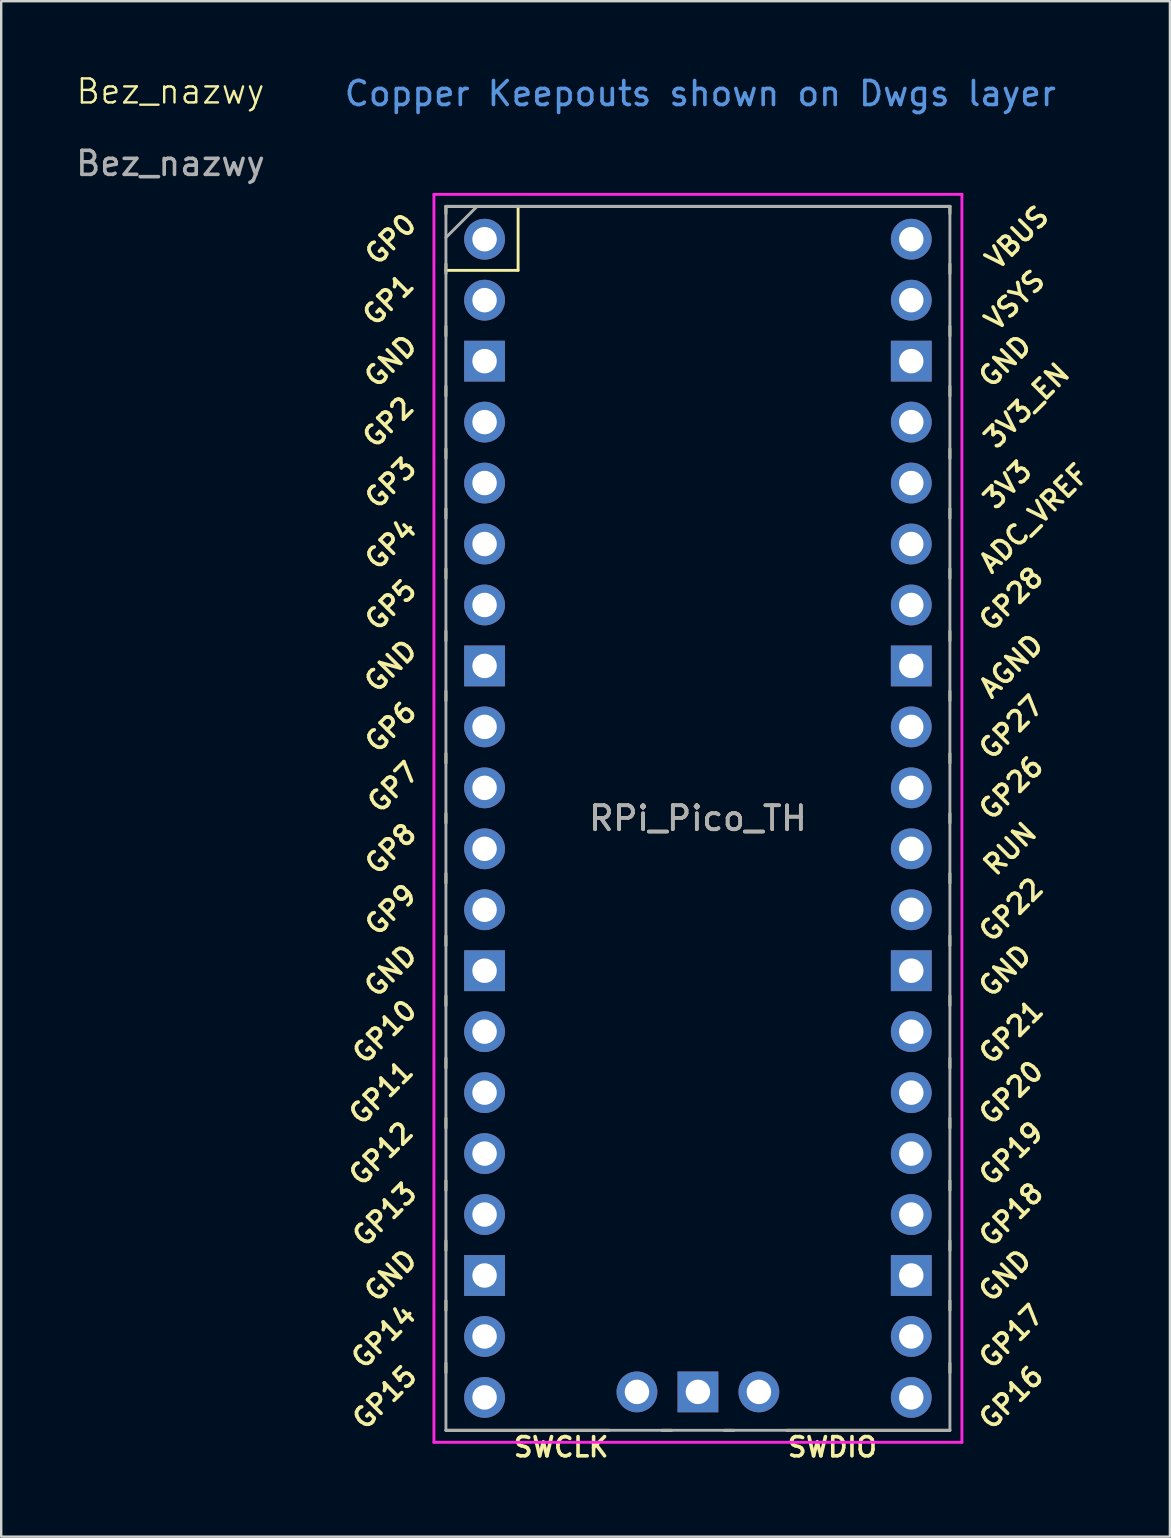
<source format=kicad_pcb>
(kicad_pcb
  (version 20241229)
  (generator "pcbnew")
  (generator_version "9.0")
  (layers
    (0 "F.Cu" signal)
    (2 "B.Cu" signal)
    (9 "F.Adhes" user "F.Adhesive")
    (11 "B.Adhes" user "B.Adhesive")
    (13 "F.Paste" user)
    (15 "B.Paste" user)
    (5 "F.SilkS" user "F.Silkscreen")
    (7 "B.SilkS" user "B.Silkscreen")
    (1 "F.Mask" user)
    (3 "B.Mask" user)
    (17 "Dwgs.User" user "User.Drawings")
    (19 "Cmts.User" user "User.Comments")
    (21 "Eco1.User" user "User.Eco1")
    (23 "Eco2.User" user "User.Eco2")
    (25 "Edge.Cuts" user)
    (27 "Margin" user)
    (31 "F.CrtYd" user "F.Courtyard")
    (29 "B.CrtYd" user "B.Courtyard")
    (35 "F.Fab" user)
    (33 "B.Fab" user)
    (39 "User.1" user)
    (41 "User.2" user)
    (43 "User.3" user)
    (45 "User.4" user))
  (footprint "Bez_nazwy"
    (layer "F.Cu")
    (at 4.054 1.26)
    (property "Reference" "Bez_nazwy" (at 0 -0.5 0) (unlocked yes) (layer "F.SilkS") (effects (font (size 1 1) (thickness 0.1))))
    (attr smd)
    (fp_text user "${REFERENCE}" (at 0 2.5 0) (unlocked yes) (layer "F.Fab") (effects (font (size 1 1) (thickness 0.15)))))
  (footprint "RPi_Pico_TH"
    (layer "F.Cu")
    (at 26.031 31.048)
    (property "Reference" "RPi_Pico_TH" (at 0 0 0) (layer "F.SilkS") (effects (font (size 1 1) (thickness 0.15))))
    (attr through_hole)
    (fp_line (start -10.5 -25.5) (end -10.5 -25.2) (stroke (width 0.12) (type solid)) (layer "F.SilkS"))
    (fp_line (start -10.5 -25.5) (end 10.5 -25.5) (stroke (width 0.12) (type solid)) (layer "F.SilkS"))
    (fp_line (start -10.5 -23.1) (end -10.5 -22.7) (stroke (width 0.12) (type solid)) (layer "F.SilkS"))
    (fp_line (start -10.5 -22.833) (end -7.493 -22.833) (stroke (width 0.12) (type solid)) (layer "F.SilkS"))
    (fp_line (start -10.5 -20.5) (end -10.5 -20.1) (stroke (width 0.12) (type solid)) (layer "F.SilkS"))
    (fp_line (start -10.5 -18) (end -10.5 -17.6) (stroke (width 0.12) (type solid)) (layer "F.SilkS"))
    (fp_line (start -10.5 -15.4) (end -10.5 -15) (stroke (width 0.12) (type solid)) (layer "F.SilkS"))
    (fp_line (start -10.5 -12.9) (end -10.5 -12.5) (stroke (width 0.12) (type solid)) (layer "F.SilkS"))
    (fp_line (start -10.5 -10.4) (end -10.5 -10) (stroke (width 0.12) (type solid)) (layer "F.SilkS"))
    (fp_line (start -10.5 -7.8) (end -10.5 -7.4) (stroke (width 0.12) (type solid)) (layer "F.SilkS"))
    (fp_line (start -10.5 -5.3) (end -10.5 -4.9) (stroke (width 0.12) (type solid)) (layer "F.SilkS"))
    (fp_line (start -10.5 -2.7) (end -10.5 -2.3) (stroke (width 0.12) (type solid)) (layer "F.SilkS"))
    (fp_line (start -10.5 -0.2) (end -10.5 0.2) (stroke (width 0.12) (type solid)) (layer "F.SilkS"))
    (fp_line (start -10.5 2.3) (end -10.5 2.7) (stroke (width 0.12) (type solid)) (layer "F.SilkS"))
    (fp_line (start -10.5 4.9) (end -10.5 5.3) (stroke (width 0.12) (type solid)) (layer "F.SilkS"))
    (fp_line (start -10.5 7.4) (end -10.5 7.8) (stroke (width 0.12) (type solid)) (layer "F.SilkS"))
    (fp_line (start -10.5 10) (end -10.5 10.4) (stroke (width 0.12) (type solid)) (layer "F.SilkS"))
    (fp_line (start -10.5 12.5) (end -10.5 12.9) (stroke (width 0.12) (type solid)) (layer "F.SilkS"))
    (fp_line (start -10.5 15.1) (end -10.5 15.5) (stroke (width 0.12) (type solid)) (layer "F.SilkS"))
    (fp_line (start -10.5 17.6) (end -10.5 18) (stroke (width 0.12) (type solid)) (layer "F.SilkS"))
    (fp_line (start -10.5 20.1) (end -10.5 20.5) (stroke (width 0.12) (type solid)) (layer "F.SilkS"))
    (fp_line (start -10.5 22.7) (end -10.5 23.1) (stroke (width 0.12) (type solid)) (layer "F.SilkS"))
    (fp_line (start -7.493 -22.833) (end -7.493 -25.5) (stroke (width 0.12) (type solid)) (layer "F.SilkS"))
    (fp_line (start -3.7 25.5) (end -10.5 25.5) (stroke (width 0.12) (type solid)) (layer "F.SilkS"))
    (fp_line (start -1.5 25.5) (end -1.1 25.5) (stroke (width 0.12) (type solid)) (layer "F.SilkS"))
    (fp_line (start 1.1 25.5) (end 1.5 25.5) (stroke (width 0.12) (type solid)) (layer "F.SilkS"))
    (fp_line (start 10.5 -25.5) (end 10.5 -25.2) (stroke (width 0.12) (type solid)) (layer "F.SilkS"))
    (fp_line (start 10.5 -23.1) (end 10.5 -22.7) (stroke (width 0.12) (type solid)) (layer "F.SilkS"))
    (fp_line (start 10.5 -20.5) (end 10.5 -20.1) (stroke (width 0.12) (type solid)) (layer "F.SilkS"))
    (fp_line (start 10.5 -18) (end 10.5 -17.6) (stroke (width 0.12) (type solid)) (layer "F.SilkS"))
    (fp_line (start 10.5 -15.4) (end 10.5 -15) (stroke (width 0.12) (type solid)) (layer "F.SilkS"))
    (fp_line (start 10.5 -12.9) (end 10.5 -12.5) (stroke (width 0.12) (type solid)) (layer "F.SilkS"))
    (fp_line (start 10.5 -10.4) (end 10.5 -10) (stroke (width 0.12) (type solid)) (layer "F.SilkS"))
    (fp_line (start 10.5 -7.8) (end 10.5 -7.4) (stroke (width 0.12) (type solid)) (layer "F.SilkS"))
    (fp_line (start 10.5 -5.3) (end 10.5 -4.9) (stroke (width 0.12) (type solid)) (layer "F.SilkS"))
    (fp_line (start 10.5 -2.7) (end 10.5 -2.3) (stroke (width 0.12) (type solid)) (layer "F.SilkS"))
    (fp_line (start 10.5 -0.2) (end 10.5 0.2) (stroke (width 0.12) (type solid)) (layer "F.SilkS"))
    (fp_line (start 10.5 2.3) (end 10.5 2.7) (stroke (width 0.12) (type solid)) (layer "F.SilkS"))
    (fp_line (start 10.5 4.9) (end 10.5 5.3) (stroke (width 0.12) (type solid)) (layer "F.SilkS"))
    (fp_line (start 10.5 7.4) (end 10.5 7.8) (stroke (width 0.12) (type solid)) (layer "F.SilkS"))
    (fp_line (start 10.5 10) (end 10.5 10.4) (stroke (width 0.12) (type solid)) (layer "F.SilkS"))
    (fp_line (start 10.5 12.5) (end 10.5 12.9) (stroke (width 0.12) (type solid)) (layer "F.SilkS"))
    (fp_line (start 10.5 15.1) (end 10.5 15.5) (stroke (width 0.12) (type solid)) (layer "F.SilkS"))
    (fp_line (start 10.5 17.6) (end 10.5 18) (stroke (width 0.12) (type solid)) (layer "F.SilkS"))
    (fp_line (start 10.5 20.1) (end 10.5 20.5) (stroke (width 0.12) (type solid)) (layer "F.SilkS"))
    (fp_line (start 10.5 22.7) (end 10.5 23.1) (stroke (width 0.12) (type solid)) (layer "F.SilkS"))
    (fp_line (start 10.5 25.5) (end 3.7 25.5) (stroke (width 0.12) (type solid)) (layer "F.SilkS"))
    (fp_line (start -11 -26) (end 11 -26) (stroke (width 0.12) (type solid)) (layer "F.CrtYd"))
    (fp_line (start -11 26) (end -11 -26) (stroke (width 0.12) (type solid)) (layer "F.CrtYd"))
    (fp_line (start 11 -26) (end 11 26) (stroke (width 0.12) (type solid)) (layer "F.CrtYd"))
    (fp_line (start 11 26) (end -11 26) (stroke (width 0.12) (type solid)) (layer "F.CrtYd"))
    (fp_line (start -10.5 -25.5) (end 10.5 -25.5) (stroke (width 0.12) (type solid)) (layer "F.Fab"))
    (fp_line (start -10.5 -24.2) (end -9.2 -25.5) (stroke (width 0.12) (type solid)) (layer "F.Fab"))
    (fp_line (start -10.5 25.5) (end -10.5 -25.5) (stroke (width 0.12) (type solid)) (layer "F.Fab"))
    (fp_line (start 10.5 -25.5) (end 10.5 25.5) (stroke (width 0.12) (type solid)) (layer "F.Fab"))
    (fp_line (start 10.5 25.5) (end -10.5 25.5) (stroke (width 0.12) (type solid)) (layer "F.Fab"))
    (fp_text user "GP1" (at -12.9 -21.6 45) (layer "F.SilkS") (effects (font (size 0.8 0.8) (thickness 0.15))))
    (fp_text user "3V3_EN" (at 13.7 -17.2 45) (layer "F.SilkS") (effects (font (size 0.8 0.8) (thickness 0.15))))
    (fp_text user "GP4" (at -12.8 -11.43 45) (layer "F.SilkS") (effects (font (size 0.8 0.8) (thickness 0.15))))
    (fp_text user "SWCLK" (at -5.7 26.2 0) (layer "F.SilkS") (effects (font (size 0.8 0.8) (thickness 0.15))))
    (fp_text user "GP2" (at -12.9 -16.51 45) (layer "F.SilkS") (effects (font (size 0.8 0.8) (thickness 0.15))))
    (fp_text user "GND" (at -12.8 6.35 45) (layer "F.SilkS") (effects (font (size 0.8 0.8) (thickness 0.15))))
    (fp_text user "GP6" (at -12.8 -3.81 45) (layer "F.SilkS") (effects (font (size 0.8 0.8) (thickness 0.15))))
    (fp_text user "3V3" (at 12.9 -13.9 45) (layer "F.SilkS") (effects (font (size 0.8 0.8) (thickness 0.15))))
    (fp_text user "GND" (at 12.8 19.05 45) (layer "F.SilkS") (effects (font (size 0.8 0.8) (thickness 0.15))))
    (fp_text user "GP7" (at -12.7 -1.3 45) (layer "F.SilkS") (effects (font (size 0.8 0.8) (thickness 0.15))))
    (fp_text user "GND" (at -12.8 -19.05 45) (layer "F.SilkS") (effects (font (size 0.8 0.8) (thickness 0.15))))
    (fp_text user "AGND" (at 13.054 -6.35 45) (layer "F.SilkS") (effects (font (size 0.8 0.8) (thickness 0.15))))
    (fp_text user "GND" (at -12.8 19.05 45) (layer "F.SilkS") (effects (font (size 0.8 0.8) (thickness 0.15))))
    (fp_text user "GP10" (at -13.054 8.89 45) (layer "F.SilkS") (effects (font (size 0.8 0.8) (thickness 0.15))))
    (fp_text user "GP14" (at -13.1 21.59 45) (layer "F.SilkS") (effects (font (size 0.8 0.8) (thickness 0.15))))
    (fp_text user "GP3" (at -12.8 -13.97 45) (layer "F.SilkS") (effects (font (size 0.8 0.8) (thickness 0.15))))
    (fp_text user "GP19" (at 13.054 13.97 45) (layer "F.SilkS") (effects (font (size 0.8 0.8) (thickness 0.15))))
    (fp_text user "GP22" (at 13.054 3.81 45) (layer "F.SilkS") (effects (font (size 0.8 0.8) (thickness 0.15))))
    (fp_text user "SWDIO" (at 5.6 26.2 0) (layer "F.SilkS") (effects (font (size 0.8 0.8) (thickness 0.15))))
    (fp_text user "GND" (at -12.8 -6.35 45) (layer "F.SilkS") (effects (font (size 0.8 0.8) (thickness 0.15))))
    (fp_text user "GP11" (at -13.2 11.43 45) (layer "F.SilkS") (effects (font (size 0.8 0.8) (thickness 0.15))))
    (fp_text user "VSYS" (at 13.2 -21.59 45) (layer "F.SilkS") (effects (font (size 0.8 0.8) (thickness 0.15))))
    (fp_text user "GP17" (at 13.054 21.59 45) (layer "F.SilkS") (effects (font (size 0.8 0.8) (thickness 0.15))))
    (fp_text user "GP18" (at 13.054 16.51 45) (layer "F.SilkS") (effects (font (size 0.8 0.8) (thickness 0.15))))
    (fp_text user "GP9" (at -12.8 3.81 45) (layer "F.SilkS") (effects (font (size 0.8 0.8) (thickness 0.15))))
    (fp_text user "RUN" (at 13 1.27 45) (layer "F.SilkS") (effects (font (size 0.8 0.8) (thickness 0.15))))
    (fp_text user "GP15" (at -13.054 24.13 45) (layer "F.SilkS") (effects (font (size 0.8 0.8) (thickness 0.15))))
    (fp_text user "GND" (at 12.8 6.35 45) (layer "F.SilkS") (effects (font (size 0.8 0.8) (thickness 0.15))))
    (fp_text user "GP28" (at 13.054 -9.144 45) (layer "F.SilkS") (effects (font (size 0.8 0.8) (thickness 0.15))))
    (fp_text user "GP8" (at -12.8 1.27 45) (layer "F.SilkS") (effects (font (size 0.8 0.8) (thickness 0.15))))
    (fp_text user "GP13" (at -13.054 16.51 45) (layer "F.SilkS") (effects (font (size 0.8 0.8) (thickness 0.15))))
    (fp_text user "GP26" (at 13.054 -1.27 45) (layer "F.SilkS") (effects (font (size 0.8 0.8) (thickness 0.15))))
    (fp_text user "GP16" (at 13.054 24.13 45) (layer "F.SilkS") (effects (font (size 0.8 0.8) (thickness 0.15))))
    (fp_text user "GP21" (at 13.054 8.9 45) (layer "F.SilkS") (effects (font (size 0.8 0.8) (thickness 0.15))))
    (fp_text user "GP27" (at 13.054 -3.8 45) (layer "F.SilkS") (effects (font (size 0.8 0.8) (thickness 0.15))))
    (fp_text user "GP0" (at -12.8 -24.13 45) (layer "F.SilkS") (effects (font (size 0.8 0.8) (thickness 0.15))))
    (fp_text user "ADC_VREF" (at 14 -12.5 45) (layer "F.SilkS") (effects (font (size 0.8 0.8) (thickness 0.15))))
    (fp_text user "GP20" (at 13.054 11.43 45) (layer "F.SilkS") (effects (font (size 0.8 0.8) (thickness 0.15))))
    (fp_text user "GP5" (at -12.8 -8.89 45) (layer "F.SilkS") (effects (font (size 0.8 0.8) (thickness 0.15))))
    (fp_text user "VBUS" (at 13.3 -24.2 45) (layer "F.SilkS") (effects (font (size 0.8 0.8) (thickness 0.15))))
    (fp_text user "GND" (at 12.8 -19.05 45) (layer "F.SilkS") (effects (font (size 0.8 0.8) (thickness 0.15))))
    (fp_text user "GP12" (at -13.2 13.97 45) (layer "F.SilkS") (effects (font (size 0.8 0.8) (thickness 0.15))))
    (fp_text user "Copper Keepouts shown on Dwgs layer" (at 0.1 -30.2 0) (layer "Cmts.User") (effects (font (size 1 1) (thickness 0.15))))
    (fp_text user "${REFERENCE}" (at 0 0 180) (layer "F.Fab") (effects (font (size 1 1) (thickness 0.15))))
    (pad "1" thru_hole oval (at -8.89 -24.13) (size 1.7 1.7) (drill 1.02) (layers "*.Cu" "*.Mask"))
    (pad "2" thru_hole oval (at -8.89 -21.59) (size 1.7 1.7) (drill 1.02) (layers "*.Cu" "*.Mask"))
    (pad "3" thru_hole rect (at -8.89 -19.05) (size 1.7 1.7) (drill 1.02) (layers "*.Cu" "*.Mask"))
    (pad "4" thru_hole oval (at -8.89 -16.51) (size 1.7 1.7) (drill 1.02) (layers "*.Cu" "*.Mask"))
    (pad "5" thru_hole oval (at -8.89 -13.97) (size 1.7 1.7) (drill 1.02) (layers "*.Cu" "*.Mask"))
    (pad "6" thru_hole oval (at -8.89 -11.43) (size 1.7 1.7) (drill 1.02) (layers "*.Cu" "*.Mask"))
    (pad "7" thru_hole oval (at -8.89 -8.89) (size 1.7 1.7) (drill 1.02) (layers "*.Cu" "*.Mask"))
    (pad "8" thru_hole rect (at -8.89 -6.35) (size 1.7 1.7) (drill 1.02) (layers "*.Cu" "*.Mask"))
    (pad "9" thru_hole oval (at -8.89 -3.81) (size 1.7 1.7) (drill 1.02) (layers "*.Cu" "*.Mask"))
    (pad "10" thru_hole oval (at -8.89 -1.27) (size 1.7 1.7) (drill 1.02) (layers "*.Cu" "*.Mask"))
    (pad "11" thru_hole oval (at -8.89 1.27) (size 1.7 1.7) (drill 1.02) (layers "*.Cu" "*.Mask"))
    (pad "12" thru_hole oval (at -8.89 3.81) (size 1.7 1.7) (drill 1.02) (layers "*.Cu" "*.Mask"))
    (pad "13" thru_hole rect (at -8.89 6.35) (size 1.7 1.7) (drill 1.02) (layers "*.Cu" "*.Mask"))
    (pad "14" thru_hole oval (at -8.89 8.89) (size 1.7 1.7) (drill 1.02) (layers "*.Cu" "*.Mask"))
    (pad "15" thru_hole oval (at -8.89 11.43) (size 1.7 1.7) (drill 1.02) (layers "*.Cu" "*.Mask"))
    (pad "16" thru_hole oval (at -8.89 13.97) (size 1.7 1.7) (drill 1.02) (layers "*.Cu" "*.Mask"))
    (pad "17" thru_hole oval (at -8.89 16.51) (size 1.7 1.7) (drill 1.02) (layers "*.Cu" "*.Mask"))
    (pad "18" thru_hole rect (at -8.89 19.05) (size 1.7 1.7) (drill 1.02) (layers "*.Cu" "*.Mask"))
    (pad "19" thru_hole oval (at -8.89 21.59) (size 1.7 1.7) (drill 1.02) (layers "*.Cu" "*.Mask"))
    (pad "20" thru_hole oval (at -8.89 24.13) (size 1.7 1.7) (drill 1.02) (layers "*.Cu" "*.Mask"))
    (pad "21" thru_hole oval (at 8.89 24.13) (size 1.7 1.7) (drill 1.02) (layers "*.Cu" "*.Mask"))
    (pad "22" thru_hole oval (at 8.89 21.59) (size 1.7 1.7) (drill 1.02) (layers "*.Cu" "*.Mask"))
    (pad "23" thru_hole rect (at 8.89 19.05) (size 1.7 1.7) (drill 1.02) (layers "*.Cu" "*.Mask"))
    (pad "24" thru_hole oval (at 8.89 16.51) (size 1.7 1.7) (drill 1.02) (layers "*.Cu" "*.Mask"))
    (pad "25" thru_hole oval (at 8.89 13.97) (size 1.7 1.7) (drill 1.02) (layers "*.Cu" "*.Mask"))
    (pad "26" thru_hole oval (at 8.89 11.43) (size 1.7 1.7) (drill 1.02) (layers "*.Cu" "*.Mask"))
    (pad "27" thru_hole oval (at 8.89 8.89) (size 1.7 1.7) (drill 1.02) (layers "*.Cu" "*.Mask"))
    (pad "28" thru_hole rect (at 8.89 6.35) (size 1.7 1.7) (drill 1.02) (layers "*.Cu" "*.Mask"))
    (pad "29" thru_hole oval (at 8.89 3.81) (size 1.7 1.7) (drill 1.02) (layers "*.Cu" "*.Mask"))
    (pad "30" thru_hole oval (at 8.89 1.27) (size 1.7 1.7) (drill 1.02) (layers "*.Cu" "*.Mask"))
    (pad "31" thru_hole oval (at 8.89 -1.27) (size 1.7 1.7) (drill 1.02) (layers "*.Cu" "*.Mask"))
    (pad "32" thru_hole oval (at 8.89 -3.81) (size 1.7 1.7) (drill 1.02) (layers "*.Cu" "*.Mask"))
    (pad "33" thru_hole rect (at 8.89 -6.35) (size 1.7 1.7) (drill 1.02) (layers "*.Cu" "*.Mask"))
    (pad "34" thru_hole oval (at 8.89 -8.89) (size 1.7 1.7) (drill 1.02) (layers "*.Cu" "*.Mask"))
    (pad "35" thru_hole oval (at 8.89 -11.43) (size 1.7 1.7) (drill 1.02) (layers "*.Cu" "*.Mask"))
    (pad "36" thru_hole oval (at 8.89 -13.97) (size 1.7 1.7) (drill 1.02) (layers "*.Cu" "*.Mask"))
    (pad "37" thru_hole oval (at 8.89 -16.51) (size 1.7 1.7) (drill 1.02) (layers "*.Cu" "*.Mask"))
    (pad "38" thru_hole rect (at 8.89 -19.05) (size 1.7 1.7) (drill 1.02) (layers "*.Cu" "*.Mask"))
    (pad "39" thru_hole oval (at 8.89 -21.59) (size 1.7 1.7) (drill 1.02) (layers "*.Cu" "*.Mask"))
    (pad "40" thru_hole oval (at 8.89 -24.13) (size 1.7 1.7) (drill 1.02) (layers "*.Cu" "*.Mask"))
    (pad "41" thru_hole oval (at -2.54 23.9) (size 1.7 1.7) (drill 1.02) (layers "*.Cu" "*.Mask"))
    (pad "42" thru_hole rect (at 0 23.9) (size 1.7 1.7) (drill 1.02) (layers "*.Cu" "*.Mask"))
    (pad "43" thru_hole oval (at 2.54 23.9) (size 1.7 1.7) (drill 1.02) (layers "*.Cu" "*.Mask")))
  (gr_rect
    (start -3 -3)
    (end 45.698 60.98)
    (stroke (width 0.1) (type default))
    (fill no)
    (layer "Edge.Cuts")))
</source>
